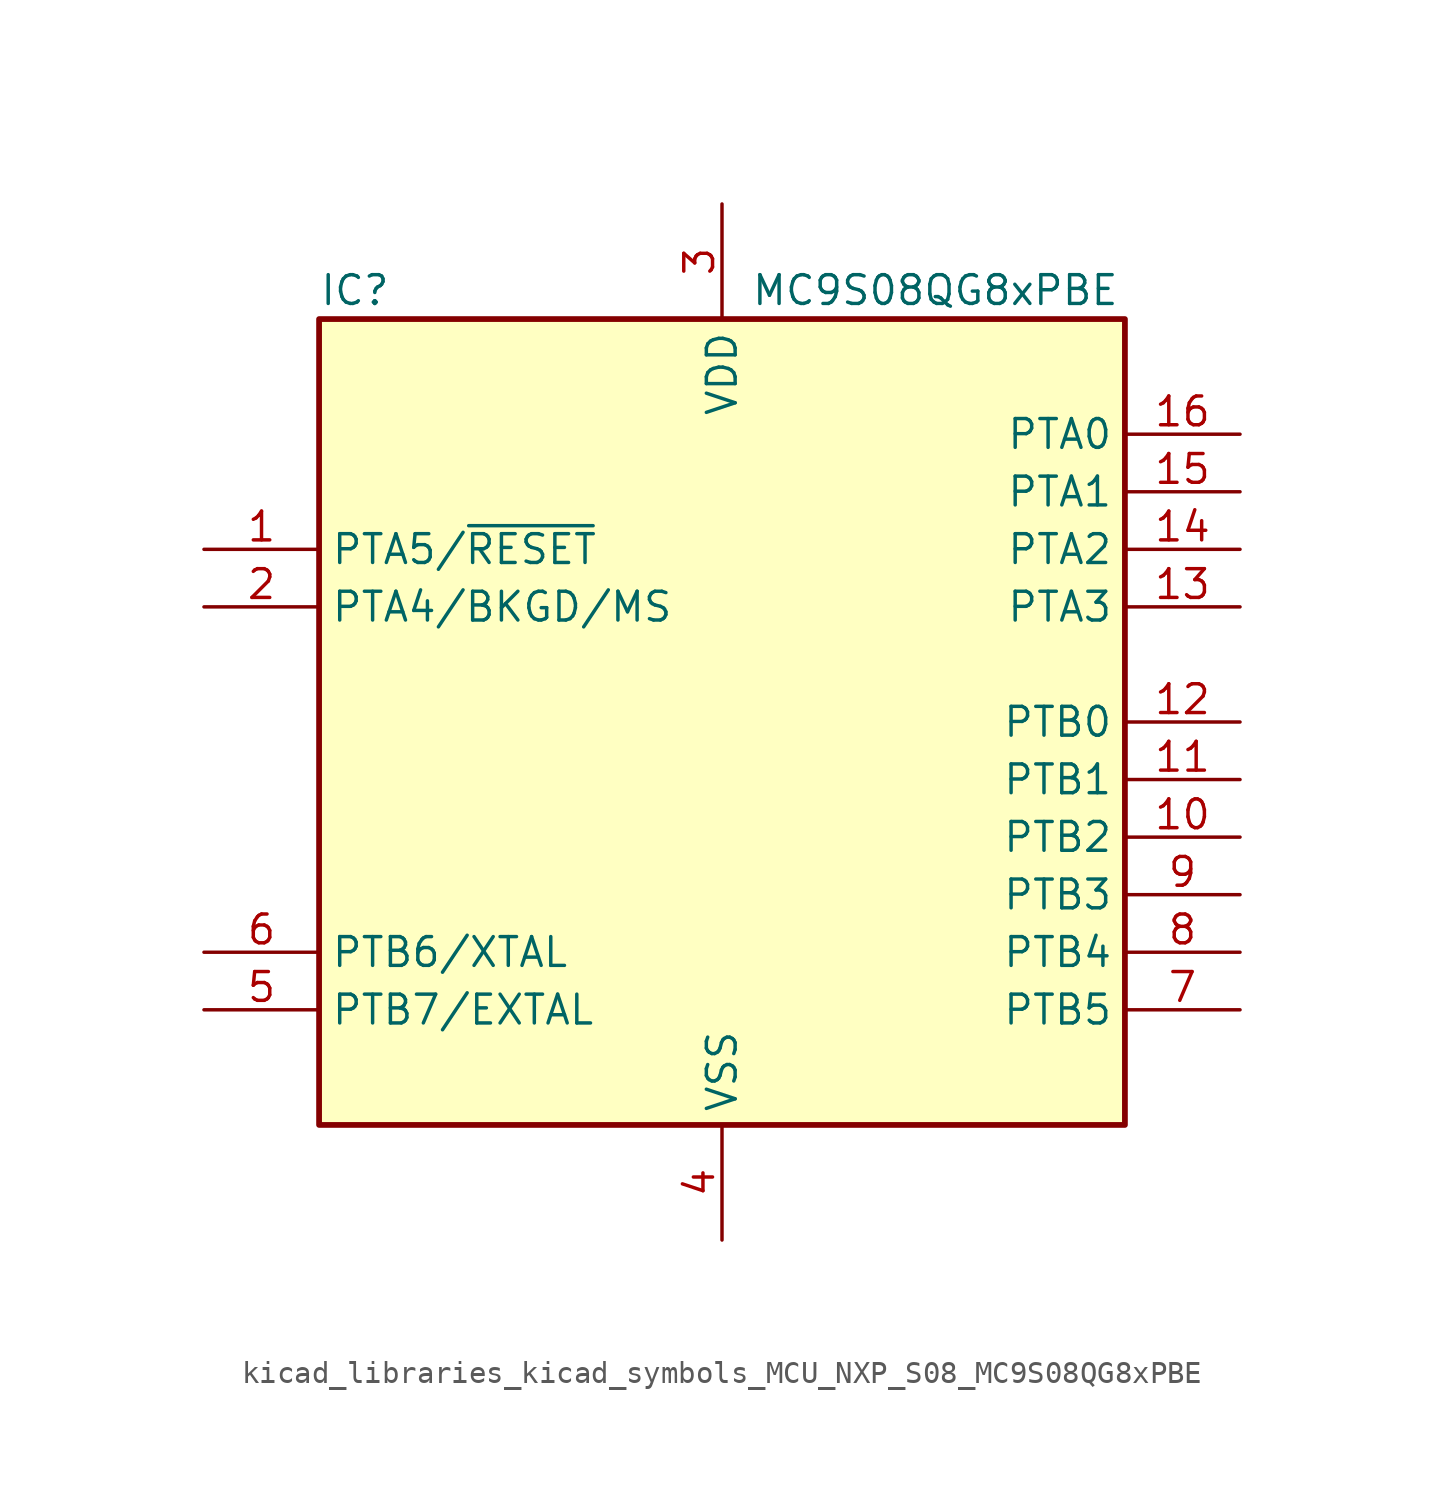
<source format=kicad_sym>
(kicad_symbol_lib
  (version 20220914)
  (generator kicad_symbol_editor)
  (symbol "kicad_libraries_kicad_symbols_MCU_NXP_S08_MC9S08QG8xPBE"
    (property "Reference" "IC"
      (at -17.78 19.05 0)
      (effects (font (size 1.27 1.27)) (justify left)))
    (property "Value" "MC9S08QG8xPBE"
      (at 1.27 19.05 0)
      (effects (font (size 1.27 1.27)) (justify left)))
    (symbol "kicad_libraries_kicad_symbols_MCU_NXP_S08_MC9S08QG8xPBE_0_1"
      (rectangle (start -17.78 17.78) (end 17.78 -17.78) (stroke (width 0.254) (type default)) (fill (type background))))
    (symbol "kicad_libraries_kicad_symbols_MCU_NXP_S08_MC9S08QG8xPBE_1_1"
      (pin bidirectional line (at -22.86 7.62 0) (length 5.08) (name "PTA5/~{RESET}" (effects (font (size 1.27 1.27)))) (number "1" (effects (font (size 1.27 1.27)))))
      (pin bidirectional line (at 22.86 -5.08 180) (length 5.08) (name "PTB2" (effects (font (size 1.27 1.27)))) (number "10" (effects (font (size 1.27 1.27)))))
      (pin bidirectional line (at 22.86 -2.54 180) (length 5.08) (name "PTB1" (effects (font (size 1.27 1.27)))) (number "11" (effects (font (size 1.27 1.27)))))
      (pin bidirectional line (at 22.86 0 180) (length 5.08) (name "PTB0" (effects (font (size 1.27 1.27)))) (number "12" (effects (font (size 1.27 1.27)))))
      (pin bidirectional line (at 22.86 5.08 180) (length 5.08) (name "PTA3" (effects (font (size 1.27 1.27)))) (number "13" (effects (font (size 1.27 1.27)))))
      (pin bidirectional line (at 22.86 7.62 180) (length 5.08) (name "PTA2" (effects (font (size 1.27 1.27)))) (number "14" (effects (font (size 1.27 1.27)))))
      (pin bidirectional line (at 22.86 10.16 180) (length 5.08) (name "PTA1" (effects (font (size 1.27 1.27)))) (number "15" (effects (font (size 1.27 1.27)))))
      (pin bidirectional line (at 22.86 12.7 180) (length 5.08) (name "PTA0" (effects (font (size 1.27 1.27)))) (number "16" (effects (font (size 1.27 1.27)))))
      (pin bidirectional line (at -22.86 5.08 0) (length 5.08) (name "PTA4/BKGD/MS" (effects (font (size 1.27 1.27)))) (number "2" (effects (font (size 1.27 1.27)))))
      (pin power_in line (at 0 22.86 270) (length 5.08) (name "VDD" (effects (font (size 1.27 1.27)))) (number "3" (effects (font (size 1.27 1.27)))))
      (pin power_in line (at 0 -22.86 90) (length 5.08) (name "VSS" (effects (font (size 1.27 1.27)))) (number "4" (effects (font (size 1.27 1.27)))))
      (pin bidirectional line (at -22.86 -12.7 0) (length 5.08) (name "PTB7/EXTAL" (effects (font (size 1.27 1.27)))) (number "5" (effects (font (size 1.27 1.27)))))
      (pin bidirectional line (at -22.86 -10.16 0) (length 5.08) (name "PTB6/XTAL" (effects (font (size 1.27 1.27)))) (number "6" (effects (font (size 1.27 1.27)))))
      (pin bidirectional line (at 22.86 -12.7 180) (length 5.08) (name "PTB5" (effects (font (size 1.27 1.27)))) (number "7" (effects (font (size 1.27 1.27)))))
      (pin bidirectional line (at 22.86 -10.16 180) (length 5.08) (name "PTB4" (effects (font (size 1.27 1.27)))) (number "8" (effects (font (size 1.27 1.27)))))
      (pin bidirectional line (at 22.86 -7.62 180) (length 5.08) (name "PTB3" (effects (font (size 1.27 1.27)))) (number "9" (effects (font (size 1.27 1.27))))))))
</source>
